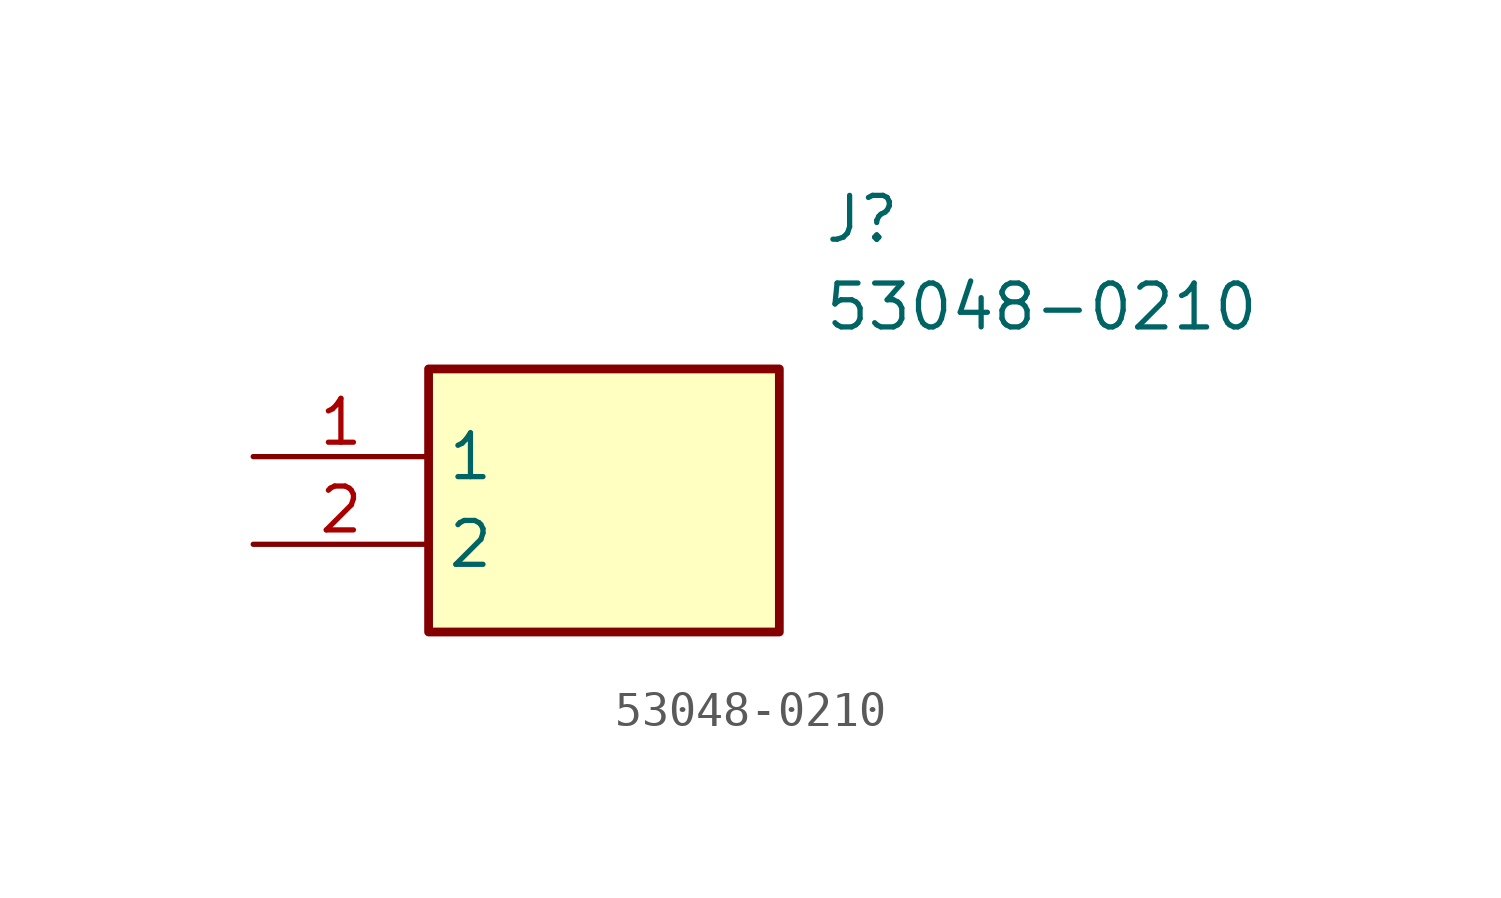
<source format=kicad_sym>
(kicad_symbol_lib
  (version 20211014)
  (generator SamacSys_ECAD_Model)
  (symbol "53048-0210"
    (property "Reference" "J"
      (at 16.51 7.62 0)
      (effects (font (size 1.27 1.27)) (justify left top)))
    (property "Value" "53048-0210"
      (at 16.51 5.08 0)
      (effects (font (size 1.27 1.27)) (justify left top)))
    (rectangle
      (start 5.08 2.54)
      (end 15.24 -5.08)
      (stroke (width 0.254) (type default))
      (fill (type background)))
    (pin passive line
      (at 0 0 0)
      (length 5.08)
      (name "1" (effects (font (size 1.27 1.27))))
      (number "1" (effects (font (size 1.27 1.27)))))
    (pin passive line
      (at 0 -2.54 0)
      (length 5.08)
      (name "2" (effects (font (size 1.27 1.27))))
      (number "2" (effects (font (size 1.27 1.27)))))))
</source>
